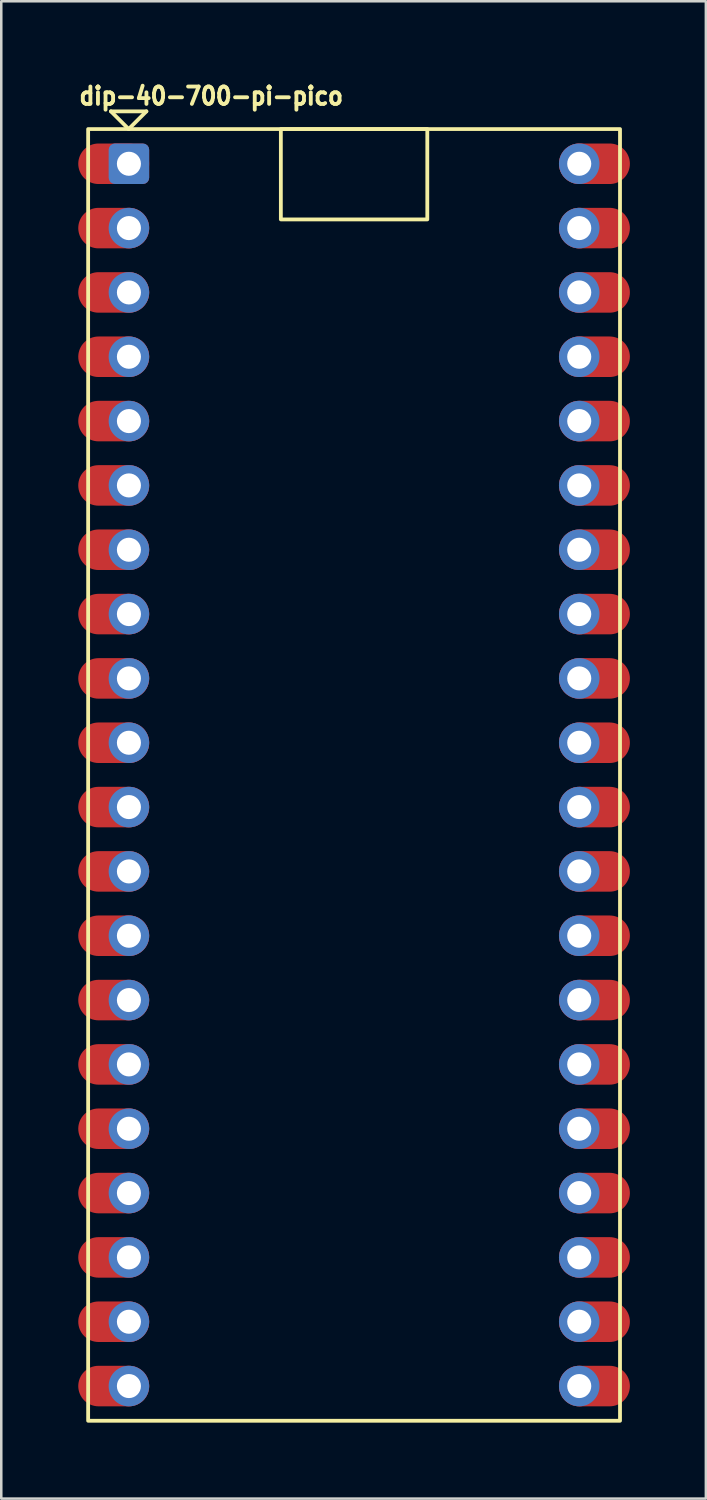
<source format=kicad_pcb>
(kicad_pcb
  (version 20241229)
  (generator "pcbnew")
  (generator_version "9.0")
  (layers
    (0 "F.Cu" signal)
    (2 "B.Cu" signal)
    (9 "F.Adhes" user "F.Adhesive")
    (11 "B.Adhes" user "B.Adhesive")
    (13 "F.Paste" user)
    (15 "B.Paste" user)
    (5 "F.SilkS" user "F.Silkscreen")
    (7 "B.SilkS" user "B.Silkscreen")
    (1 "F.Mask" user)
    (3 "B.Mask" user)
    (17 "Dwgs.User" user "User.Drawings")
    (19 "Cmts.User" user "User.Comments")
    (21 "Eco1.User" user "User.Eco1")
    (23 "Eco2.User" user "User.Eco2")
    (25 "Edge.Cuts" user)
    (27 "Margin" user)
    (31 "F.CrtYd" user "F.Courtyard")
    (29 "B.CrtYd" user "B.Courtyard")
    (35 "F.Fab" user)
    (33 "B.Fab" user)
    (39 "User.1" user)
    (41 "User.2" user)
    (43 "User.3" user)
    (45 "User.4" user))
  (footprint "dip-40-700-pi-pico"
    (layer "F.Cu")
    (at 10.93 27.546)
    (property "Reference" "dip-40-700-pi-pico" (at -10.93 -26.402 0) (unlocked yes) (layer "F.SilkS") (effects (font (size 0.686 0.628) (thickness 0.152)) (justify left bottom)))
    (fp_line (start -9.6 -26.2) (end -8.2 -26.2) (stroke (width 0.15) (type default)) (layer "F.SilkS"))
    (fp_line (start -8.9 -25.5) (end -9.6 -26.2) (stroke (width 0.15) (type default)) (layer "F.SilkS"))
    (fp_line (start -8.2 -26.2) (end -8.9 -25.5) (stroke (width 0.15) (type default)) (layer "F.SilkS"))
    (fp_rect (start -10.5 -25.5) (end 10.5 25.5) (stroke (width 0.15) (type default)) (fill no) (layer "F.SilkS"))
    (fp_rect (start -2.891 -25.5) (end 2.891 -21.933) (stroke (width 0.15) (type default)) (fill no) (layer "F.SilkS"))
    (pad "1" thru_hole roundrect (at -8.89 -24.13) (size 1.6 1.6) (drill 0.95) (layers "*.Cu" "*.Mask") (roundrect_rratio 0.156))
    (pad "1" smd oval (at -8.89 -24.13) (size 2.8 1.6) (drill (offset -0.6 0)) (layers "F.Cu" "F.Mask" "F.Paste"))
    (pad "2" thru_hole circle (at -8.89 -21.59) (size 1.6 1.6) (drill 0.95) (layers "*.Cu" "*.Mask"))
    (pad "2" smd oval (at -8.89 -21.59) (size 2.8 1.6) (drill (offset -0.6 0)) (layers "F.Cu" "F.Mask" "F.Paste"))
    (pad "3" thru_hole circle (at -8.89 -19.05) (size 1.6 1.6) (drill 0.95) (layers "*.Cu" "*.Mask"))
    (pad "3" smd oval (at -8.89 -19.05) (size 2.8 1.6) (drill (offset -0.6 0)) (layers "F.Cu" "F.Mask" "F.Paste"))
    (pad "4" thru_hole circle (at -8.89 -16.51) (size 1.6 1.6) (drill 0.95) (layers "*.Cu" "*.Mask"))
    (pad "4" smd oval (at -8.89 -16.51) (size 2.8 1.6) (drill (offset -0.6 0)) (layers "F.Cu" "F.Mask" "F.Paste"))
    (pad "5" thru_hole circle (at -8.89 -13.97) (size 1.6 1.6) (drill 0.95) (layers "*.Cu" "*.Mask"))
    (pad "5" smd oval (at -8.89 -13.97) (size 2.8 1.6) (drill (offset -0.6 0)) (layers "F.Cu" "F.Mask" "F.Paste"))
    (pad "6" thru_hole circle (at -8.89 -11.43) (size 1.6 1.6) (drill 0.95) (layers "*.Cu" "*.Mask"))
    (pad "6" smd oval (at -8.89 -11.43) (size 2.8 1.6) (drill (offset -0.6 0)) (layers "F.Cu" "F.Mask" "F.Paste"))
    (pad "7" thru_hole circle (at -8.89 -8.89) (size 1.6 1.6) (drill 0.95) (layers "*.Cu" "*.Mask"))
    (pad "7" smd oval (at -8.89 -8.89) (size 2.8 1.6) (drill (offset -0.6 0)) (layers "F.Cu" "F.Mask" "F.Paste"))
    (pad "8" thru_hole circle (at -8.89 -6.35) (size 1.6 1.6) (drill 0.95) (layers "*.Cu" "*.Mask"))
    (pad "8" smd oval (at -8.89 -6.35) (size 2.8 1.6) (drill (offset -0.6 0)) (layers "F.Cu" "F.Mask" "F.Paste"))
    (pad "9" thru_hole circle (at -8.89 -3.81) (size 1.6 1.6) (drill 0.95) (layers "*.Cu" "*.Mask"))
    (pad "9" smd oval (at -8.89 -3.81) (size 2.8 1.6) (drill (offset -0.6 0)) (layers "F.Cu" "F.Mask" "F.Paste"))
    (pad "10" thru_hole circle (at -8.89 -1.27) (size 1.6 1.6) (drill 0.95) (layers "*.Cu" "*.Mask"))
    (pad "10" smd oval (at -8.89 -1.27) (size 2.8 1.6) (drill (offset -0.6 0)) (layers "F.Cu" "F.Mask" "F.Paste"))
    (pad "11" thru_hole circle (at -8.89 1.27) (size 1.6 1.6) (drill 0.95) (layers "*.Cu" "*.Mask"))
    (pad "11" smd oval (at -8.89 1.27) (size 2.8 1.6) (drill (offset -0.6 0)) (layers "F.Cu" "F.Mask" "F.Paste"))
    (pad "12" thru_hole circle (at -8.89 3.81) (size 1.6 1.6) (drill 0.95) (layers "*.Cu" "*.Mask"))
    (pad "12" smd oval (at -8.89 3.81) (size 2.8 1.6) (drill (offset -0.6 0)) (layers "F.Cu" "F.Mask" "F.Paste"))
    (pad "13" thru_hole circle (at -8.89 6.35) (size 1.6 1.6) (drill 0.95) (layers "*.Cu" "*.Mask"))
    (pad "13" smd oval (at -8.89 6.35) (size 2.8 1.6) (drill (offset -0.6 0)) (layers "F.Cu" "F.Mask" "F.Paste"))
    (pad "14" thru_hole circle (at -8.89 8.89) (size 1.6 1.6) (drill 0.95) (layers "*.Cu" "*.Mask"))
    (pad "14" smd oval (at -8.89 8.89) (size 2.8 1.6) (drill (offset -0.6 0)) (layers "F.Cu" "F.Mask" "F.Paste"))
    (pad "15" thru_hole circle (at -8.89 11.43) (size 1.6 1.6) (drill 0.95) (layers "*.Cu" "*.Mask"))
    (pad "15" smd oval (at -8.89 11.43) (size 2.8 1.6) (drill (offset -0.6 0)) (layers "F.Cu" "F.Mask" "F.Paste"))
    (pad "16" thru_hole circle (at -8.89 13.97) (size 1.6 1.6) (drill 0.95) (layers "*.Cu" "*.Mask"))
    (pad "16" smd oval (at -8.89 13.97) (size 2.8 1.6) (drill (offset -0.6 0)) (layers "F.Cu" "F.Mask" "F.Paste"))
    (pad "17" thru_hole circle (at -8.89 16.51) (size 1.6 1.6) (drill 0.95) (layers "*.Cu" "*.Mask"))
    (pad "17" smd oval (at -8.89 16.51) (size 2.8 1.6) (drill (offset -0.6 0)) (layers "F.Cu" "F.Mask" "F.Paste"))
    (pad "18" thru_hole circle (at -8.89 19.05) (size 1.6 1.6) (drill 0.95) (layers "*.Cu" "*.Mask"))
    (pad "18" smd oval (at -8.89 19.05) (size 2.8 1.6) (drill (offset -0.6 0)) (layers "F.Cu" "F.Mask" "F.Paste"))
    (pad "19" thru_hole circle (at -8.89 21.59) (size 1.6 1.6) (drill 0.95) (layers "*.Cu" "*.Mask"))
    (pad "19" smd oval (at -8.89 21.59) (size 2.8 1.6) (drill (offset -0.6 0)) (layers "F.Cu" "F.Mask" "F.Paste"))
    (pad "20" thru_hole circle (at -8.89 24.13) (size 1.6 1.6) (drill 0.95) (layers "*.Cu" "*.Mask"))
    (pad "20" smd oval (at -8.89 24.13) (size 2.8 1.6) (drill (offset -0.6 0)) (layers "F.Cu" "F.Mask" "F.Paste"))
    (pad "21" smd oval (at 8.89 24.13 180) (size 2.8 1.6) (drill (offset -0.6 0)) (layers "F.Cu" "F.Mask" "F.Paste"))
    (pad "21" thru_hole circle (at 8.89 24.13) (size 1.6 1.6) (drill 0.95) (layers "*.Cu" "*.Mask"))
    (pad "22" thru_hole circle (at 8.89 21.59) (size 1.6 1.6) (drill 0.95) (layers "*.Cu" "*.Mask"))
    (pad "22" smd oval (at 8.89 21.59 180) (size 2.8 1.6) (drill (offset -0.6 0)) (layers "F.Cu" "F.Mask" "F.Paste"))
    (pad "23" smd oval (at 8.89 19.05 180) (size 2.8 1.6) (drill (offset -0.6 0)) (layers "F.Cu" "F.Mask" "F.Paste"))
    (pad "23" thru_hole circle (at 8.89 19.05) (size 1.6 1.6) (drill 0.95) (layers "*.Cu" "*.Mask"))
    (pad "24" smd oval (at 8.89 16.51 180) (size 2.8 1.6) (drill (offset -0.6 0)) (layers "F.Cu" "F.Mask" "F.Paste"))
    (pad "24" thru_hole circle (at 8.89 16.51) (size 1.6 1.6) (drill 0.95) (layers "*.Cu" "*.Mask"))
    (pad "25" smd oval (at 8.89 13.97 180) (size 2.8 1.6) (drill (offset -0.6 0)) (layers "F.Cu" "F.Mask" "F.Paste"))
    (pad "25" thru_hole circle (at 8.89 13.97) (size 1.6 1.6) (drill 0.95) (layers "*.Cu" "*.Mask"))
    (pad "26" thru_hole circle (at 8.89 11.43) (size 1.6 1.6) (drill 0.95) (layers "*.Cu" "*.Mask"))
    (pad "26" smd oval (at 8.89 11.43 180) (size 2.8 1.6) (drill (offset -0.6 0)) (layers "F.Cu" "F.Mask" "F.Paste"))
    (pad "27" smd oval (at 8.89 8.89 180) (size 2.8 1.6) (drill (offset -0.6 0)) (layers "F.Cu" "F.Mask" "F.Paste"))
    (pad "27" thru_hole circle (at 8.89 8.89) (size 1.6 1.6) (drill 0.95) (layers "*.Cu" "*.Mask"))
    (pad "28" smd oval (at 8.89 6.35 180) (size 2.8 1.6) (drill (offset -0.6 0)) (layers "F.Cu" "F.Mask" "F.Paste"))
    (pad "28" thru_hole circle (at 8.89 6.35) (size 1.6 1.6) (drill 0.95) (layers "*.Cu" "*.Mask"))
    (pad "29" smd oval (at 8.89 3.81 180) (size 2.8 1.6) (drill (offset -0.6 0)) (layers "F.Cu" "F.Mask" "F.Paste"))
    (pad "29" thru_hole circle (at 8.89 3.81) (size 1.6 1.6) (drill 0.95) (layers "*.Cu" "*.Mask"))
    (pad "30" smd oval (at 8.89 1.27 180) (size 2.8 1.6) (drill (offset -0.6 0)) (layers "F.Cu" "F.Mask" "F.Paste"))
    (pad "30" thru_hole circle (at 8.89 1.27) (size 1.6 1.6) (drill 0.95) (layers "*.Cu" "*.Mask"))
    (pad "31" thru_hole circle (at 8.89 -1.27) (size 1.6 1.6) (drill 0.95) (layers "*.Cu" "*.Mask"))
    (pad "31" smd oval (at 8.89 -1.27 180) (size 2.8 1.6) (drill (offset -0.6 0)) (layers "F.Cu" "F.Mask" "F.Paste"))
    (pad "32" smd oval (at 8.89 -3.81 180) (size 2.8 1.6) (drill (offset -0.6 0)) (layers "F.Cu" "F.Mask" "F.Paste"))
    (pad "32" thru_hole circle (at 8.89 -3.81) (size 1.6 1.6) (drill 0.95) (layers "*.Cu" "*.Mask"))
    (pad "33" smd oval (at 8.89 -6.35 180) (size 2.8 1.6) (drill (offset -0.6 0)) (layers "F.Cu" "F.Mask" "F.Paste"))
    (pad "33" thru_hole circle (at 8.89 -6.35) (size 1.6 1.6) (drill 0.95) (layers "*.Cu" "*.Mask"))
    (pad "34" smd oval (at 8.89 -8.89 180) (size 2.8 1.6) (drill (offset -0.6 0)) (layers "F.Cu" "F.Mask" "F.Paste"))
    (pad "34" thru_hole circle (at 8.89 -8.89) (size 1.6 1.6) (drill 0.95) (layers "*.Cu" "*.Mask"))
    (pad "35" thru_hole circle (at 8.89 -11.43) (size 1.6 1.6) (drill 0.95) (layers "*.Cu" "*.Mask"))
    (pad "35" smd oval (at 8.89 -11.43 180) (size 2.8 1.6) (drill (offset -0.6 0)) (layers "F.Cu" "F.Mask" "F.Paste"))
    (pad "36" smd oval (at 8.89 -13.97 180) (size 2.8 1.6) (drill (offset -0.6 0)) (layers "F.Cu" "F.Mask" "F.Paste"))
    (pad "36" thru_hole circle (at 8.89 -13.97) (size 1.6 1.6) (drill 0.95) (layers "*.Cu" "*.Mask"))
    (pad "37" smd oval (at 8.89 -16.51 180) (size 2.8 1.6) (drill (offset -0.6 0)) (layers "F.Cu" "F.Mask" "F.Paste"))
    (pad "37" thru_hole circle (at 8.89 -16.51) (size 1.6 1.6) (drill 0.95) (layers "*.Cu" "*.Mask"))
    (pad "38" smd oval (at 8.89 -19.05 180) (size 2.8 1.6) (drill (offset -0.6 0)) (layers "F.Cu" "F.Mask" "F.Paste"))
    (pad "38" thru_hole circle (at 8.89 -19.05) (size 1.6 1.6) (drill 0.95) (layers "*.Cu" "*.Mask"))
    (pad "39" smd oval (at 8.89 -21.59 180) (size 2.8 1.6) (drill (offset -0.6 0)) (layers "F.Cu" "F.Mask" "F.Paste"))
    (pad "39" thru_hole circle (at 8.89 -21.59) (size 1.6 1.6) (drill 0.95) (layers "*.Cu" "*.Mask"))
    (pad "40" thru_hole circle (at 8.89 -24.13) (size 1.6 1.6) (drill 0.95) (layers "*.Cu" "*.Mask"))
    (pad "40" smd oval (at 8.89 -24.13 180) (size 2.8 1.6) (drill (offset -0.6 0)) (layers "F.Cu" "F.Mask" "F.Paste"))
    (zone (net_name "") (layers "F.Cu" "Dwgs.User") (hatch edge 0.5) (connect_pads) (min_thickness 0.25) (filled_areas_thickness no) (keepout (tracks not_allowed) (vias not_allowed) (pads not_allowed) (copperpour not_allowed) (footprints allowed)) (placement (enabled no)) (fill) (polygon (pts (xy 8.48 2.646) (xy 8.83 2.995) (xy 8.83 4.096) (xy 8.48 4.446) (xy 7.93 4.446) (xy 7.58 4.096) (xy 7.58 2.995) (xy 7.93 2.646))))
    (zone (net_name "") (layers "F.Cu" "Dwgs.User") (hatch edge 0.5) (connect_pads) (min_thickness 0.25) (filled_areas_thickness no) (keepout (tracks not_allowed) (vias not_allowed) (pads not_allowed) (copperpour not_allowed) (footprints allowed)) (placement (enabled no)) (fill) (polygon (pts (xy 8.73 5.821) (xy 9.03 6.12) (xy 9.03 7.021) (xy 8.73 7.321) (xy 8.28 7.321) (xy 7.98 7.021) (xy 7.98 6.12) (xy 8.28 5.821))))
    (zone (net_name "") (layers "F.Cu" "Dwgs.User") (hatch edge 0.5) (connect_pads) (min_thickness 0.25) (filled_areas_thickness no) (keepout (tracks not_allowed) (vias not_allowed) (pads not_allowed) (copperpour not_allowed) (footprints allowed)) (placement (enabled no)) (fill) (polygon (pts (xy 13.58 5.821) (xy 13.88 6.12) (xy 13.88 7.021) (xy 13.58 7.321) (xy 13.13 7.321) (xy 12.83 7.021) (xy 12.83 6.12) (xy 13.13 5.821))))
    (zone (net_name "") (layers "F.Cu" "Dwgs.User") (hatch edge 0.5) (connect_pads) (min_thickness 0.25) (filled_areas_thickness no) (keepout (tracks not_allowed) (vias not_allowed) (pads not_allowed) (copperpour not_allowed) (footprints allowed)) (placement (enabled no)) (fill) (polygon (pts (xy 13.93 2.646) (xy 14.28 2.995) (xy 14.28 4.096) (xy 13.93 4.446) (xy 13.38 4.446) (xy 13.03 4.096) (xy 13.03 2.995) (xy 13.38 2.646)))))
  (gr_rect
    (start -3 -3)
    (end 24.82 56.12)
    (stroke (width 0.1) (type default))
    (fill no)
    (layer "Edge.Cuts")))
</source>
